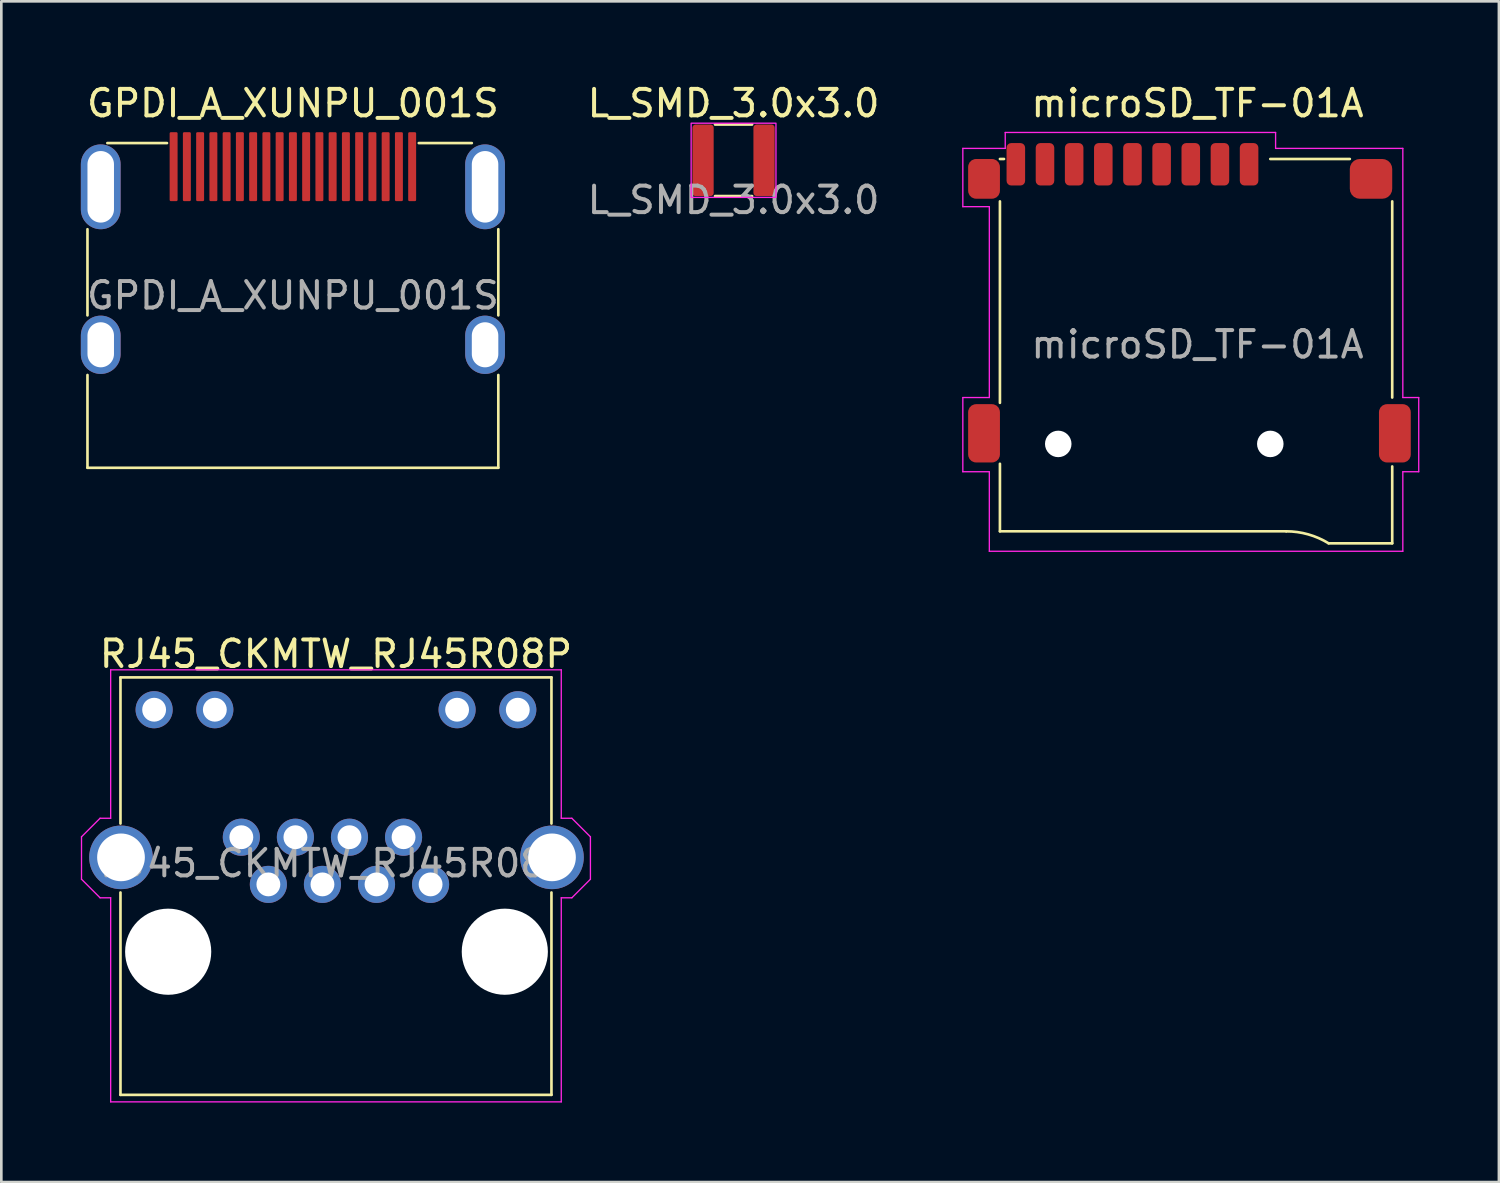
<source format=kicad_pcb>
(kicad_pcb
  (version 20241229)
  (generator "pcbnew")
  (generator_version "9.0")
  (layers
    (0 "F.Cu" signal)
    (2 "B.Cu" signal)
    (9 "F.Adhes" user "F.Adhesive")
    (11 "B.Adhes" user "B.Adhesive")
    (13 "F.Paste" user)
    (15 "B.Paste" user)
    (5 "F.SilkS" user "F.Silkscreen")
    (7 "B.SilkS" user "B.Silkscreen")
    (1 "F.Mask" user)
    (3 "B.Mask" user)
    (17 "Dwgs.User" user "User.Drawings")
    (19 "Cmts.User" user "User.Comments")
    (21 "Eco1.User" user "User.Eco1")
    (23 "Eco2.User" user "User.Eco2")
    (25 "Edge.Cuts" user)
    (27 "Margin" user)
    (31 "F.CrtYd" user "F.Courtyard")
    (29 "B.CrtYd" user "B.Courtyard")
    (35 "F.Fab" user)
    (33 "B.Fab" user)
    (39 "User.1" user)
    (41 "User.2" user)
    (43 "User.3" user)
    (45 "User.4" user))
  (footprint "GPDI_A_XUNPU_001S"
    (layer "F.Cu")
    (at 8 6.598)
    (property "Reference" "GPDI_A_XUNPU_001S" (at 0 -5.75 0) (unlocked yes) (layer "F.SilkS") (effects (font (size 1 1) (thickness 0.15))))
    (attr smd)
    (fp_line (start -7.75 -1) (end -7.75 2.25) (stroke (width 0.1) (type default)) (layer "F.SilkS"))
    (fp_line (start -7.75 8) (end -7.75 4.5) (stroke (width 0.1) (type default)) (layer "F.SilkS"))
    (fp_line (start -7 -4.25) (end -4.75 -4.25) (stroke (width 0.1) (type default)) (layer "F.SilkS"))
    (fp_line (start 6.75 -4.25) (end 4.75 -4.25) (stroke (width 0.1) (type default)) (layer "F.SilkS"))
    (fp_line (start 7.75 -1) (end 7.75 2.25) (stroke (width 0.1) (type default)) (layer "F.SilkS"))
    (fp_line (start 7.75 8) (end -7.75 8) (stroke (width 0.1) (type default)) (layer "F.SilkS"))
    (fp_line (start 7.75 8) (end 7.75 4.5) (stroke (width 0.1) (type default)) (layer "F.SilkS"))
    (fp_text user "${REFERENCE}" (at 0 1.5 0) (unlocked yes) (layer "F.Fab") (effects (font (size 1 1) (thickness 0.15))))
    (pad "1" smd roundrect (at 4.5 -3.36) (size 0.3 2.6) (layers "F.Cu" "F.Mask" "F.Paste") (roundrect_rratio 0.15))
    (pad "2" smd roundrect (at 4 -3.36) (size 0.3 2.6) (layers "F.Cu" "F.Mask" "F.Paste") (roundrect_rratio 0.15))
    (pad "3" smd roundrect (at 3.5 -3.36) (size 0.3 2.6) (layers "F.Cu" "F.Mask" "F.Paste") (roundrect_rratio 0.15))
    (pad "4" smd roundrect (at 3 -3.36) (size 0.3 2.6) (layers "F.Cu" "F.Mask" "F.Paste") (roundrect_rratio 0.15))
    (pad "5" smd roundrect (at 2.5 -3.36) (size 0.3 2.6) (layers "F.Cu" "F.Mask" "F.Paste") (roundrect_rratio 0.15))
    (pad "6" smd roundrect (at 2 -3.36) (size 0.3 2.6) (layers "F.Cu" "F.Mask" "F.Paste") (roundrect_rratio 0.15))
    (pad "7" smd roundrect (at 1.5 -3.36) (size 0.3 2.6) (layers "F.Cu" "F.Mask" "F.Paste") (roundrect_rratio 0.15))
    (pad "8" smd roundrect (at 1 -3.36) (size 0.3 2.6) (layers "F.Cu" "F.Mask" "F.Paste") (roundrect_rratio 0.15))
    (pad "9" smd roundrect (at 0.5 -3.36) (size 0.3 2.6) (layers "F.Cu" "F.Mask" "F.Paste") (roundrect_rratio 0.15))
    (pad "10" smd roundrect (at 0 -3.36) (size 0.3 2.6) (layers "F.Cu" "F.Mask" "F.Paste") (roundrect_rratio 0.15))
    (pad "11" smd roundrect (at -0.5 -3.36) (size 0.3 2.6) (layers "F.Cu" "F.Mask" "F.Paste") (roundrect_rratio 0.15))
    (pad "12" smd roundrect (at -1 -3.36) (size 0.3 2.6) (layers "F.Cu" "F.Mask" "F.Paste") (roundrect_rratio 0.15))
    (pad "13" smd roundrect (at -1.5 -3.36) (size 0.3 2.6) (layers "F.Cu" "F.Mask" "F.Paste") (roundrect_rratio 0.15))
    (pad "14" smd roundrect (at -2 -3.36) (size 0.3 2.6) (layers "F.Cu" "F.Mask" "F.Paste") (roundrect_rratio 0.15))
    (pad "15" smd roundrect (at -2.5 -3.36) (size 0.3 2.6) (layers "F.Cu" "F.Mask" "F.Paste") (roundrect_rratio 0.15))
    (pad "16" smd roundrect (at -3 -3.36) (size 0.3 2.6) (layers "F.Cu" "F.Mask" "F.Paste") (roundrect_rratio 0.15))
    (pad "17" smd roundrect (at -3.5 -3.36) (size 0.3 2.6) (layers "F.Cu" "F.Mask" "F.Paste") (roundrect_rratio 0.15))
    (pad "18" smd roundrect (at -4 -3.36) (size 0.3 2.6) (layers "F.Cu" "F.Mask" "F.Paste") (roundrect_rratio 0.15))
    (pad "19" smd roundrect (at -4.5 -3.36) (size 0.3 2.6) (layers "F.Cu" "F.Mask" "F.Paste") (roundrect_rratio 0.15))
    (pad "SH" thru_hole oval (at -7.25 -2.6) (size 1.5 3.2) (drill oval 1 2.7) (layers "*.Cu" "*.Mask"))
    (pad "SH" thru_hole oval (at -7.25 3.36) (size 1.5 2.2) (drill oval 1 1.7) (layers "*.Cu" "*.Mask"))
    (pad "SH" thru_hole oval (at 7.25 -2.6) (size 1.5 3.2) (drill oval 1 2.7) (layers "*.Cu" "*.Mask"))
    (pad "SH" thru_hole oval (at 7.25 3.36) (size 1.5 2.2) (drill oval 1 1.7) (layers "*.Cu" "*.Mask")))
  (footprint "microSD_TF-01A"
    (layer "F.Cu")
    (at 42.129 8.448)
    (property "Reference" "microSD_TF-01A" (at 0 -7.6 0) (unlocked yes) (layer "F.SilkS") (effects (font (size 1 1) (thickness 0.15))))
    (attr smd)
    (fp_line (start -7.454 -5.5) (end -7.3 -5.5) (stroke (width 0.1) (type default)) (layer "F.SilkS"))
    (fp_line (start -7.454 -3.9) (end -7.454 3.7) (stroke (width 0.1) (type default)) (layer "F.SilkS"))
    (fp_line (start -7.454 8.547) (end -7.454 6) (stroke (width 0.1) (type default)) (layer "F.SilkS"))
    (fp_line (start 3.346 8.547) (end -7.454 8.547) (stroke (width 0.1) (type default)) (layer "F.SilkS"))
    (fp_line (start 5.746 -5.5) (end 2.746 -5.5) (stroke (width 0.1) (type default)) (layer "F.SilkS"))
    (fp_line (start 7.346 -3.9) (end 7.346 3.5) (stroke (width 0.1) (type default)) (layer "F.SilkS"))
    (fp_line (start 7.346 6.1) (end 7.346 9) (stroke (width 0.1) (type default)) (layer "F.SilkS"))
    (fp_line (start 7.346 9) (end 4.946 9) (stroke (width 0.1) (type default)) (layer "F.SilkS"))
    (fp_arc (start 3.346 8.547132) (mid 4.177428 8.66253) (end 4.946 9) (stroke (width 0.1) (type default)) (layer "F.SilkS"))
    (fp_line (start -8.854 -5.9) (end -7.254 -5.9) (stroke (width 0.05) (type default)) (layer "F.CrtYd"))
    (fp_line (start -8.854 -3.7) (end -8.854 -5.9) (stroke (width 0.05) (type default)) (layer "F.CrtYd"))
    (fp_line (start -8.854 3.5) (end -7.854 3.5) (stroke (width 0.05) (type default)) (layer "F.CrtYd"))
    (fp_line (start -8.854 6.3) (end -8.854 3.5) (stroke (width 0.05) (type default)) (layer "F.CrtYd"))
    (fp_line (start -7.854 -3.7) (end -8.854 -3.7) (stroke (width 0.05) (type default)) (layer "F.CrtYd"))
    (fp_line (start -7.854 3.5) (end -7.854 -3.7) (stroke (width 0.05) (type default)) (layer "F.CrtYd"))
    (fp_line (start -7.854 6.3) (end -8.854 6.3) (stroke (width 0.05) (type default)) (layer "F.CrtYd"))
    (fp_line (start -7.854 9.3) (end -7.854 6.3) (stroke (width 0.05) (type default)) (layer "F.CrtYd"))
    (fp_line (start -7.254 -6.5) (end 2.946 -6.5) (stroke (width 0.05) (type default)) (layer "F.CrtYd"))
    (fp_line (start -7.254 -5.9) (end -7.254 -6.5) (stroke (width 0.05) (type default)) (layer "F.CrtYd"))
    (fp_line (start 2.946 -6.5) (end 2.946 -5.9) (stroke (width 0.05) (type default)) (layer "F.CrtYd"))
    (fp_line (start 2.946 -5.9) (end 7.746 -5.9) (stroke (width 0.05) (type default)) (layer "F.CrtYd"))
    (fp_line (start 7.746 -5.9) (end 7.746 3.5) (stroke (width 0.05) (type default)) (layer "F.CrtYd"))
    (fp_line (start 7.746 3.5) (end 8.346 3.5) (stroke (width 0.05) (type default)) (layer "F.CrtYd"))
    (fp_line (start 7.746 6.3) (end 7.746 9.3) (stroke (width 0.05) (type default)) (layer "F.CrtYd"))
    (fp_line (start 7.746 9.3) (end -7.854 9.3) (stroke (width 0.05) (type default)) (layer "F.CrtYd"))
    (fp_line (start 8.346 3.5) (end 8.346 6.3) (stroke (width 0.05) (type default)) (layer "F.CrtYd"))
    (fp_line (start 8.346 6.3) (end 7.746 6.3) (stroke (width 0.05) (type default)) (layer "F.CrtYd"))
    (fp_text user "${REFERENCE}" (at 0 1.5 0) (unlocked yes) (layer "F.Fab") (effects (font (size 1 1) (thickness 0.15))))
    (pad "" np_thru_hole circle (at -5.254 5.25) (size 1 1) (drill 1) (layers "*.Cu" "*.Mask"))
    (pad "" np_thru_hole circle (at 2.746 5.25) (size 1 1) (drill 1) (layers "*.Cu" "*.Mask"))
    (pad "1" smd roundrect (at 1.946 -5.3) (size 0.7 1.6) (layers "F.Cu" "F.Mask" "F.Paste") (roundrect_rratio 0.25))
    (pad "2" smd roundrect (at 0.846 -5.3) (size 0.7 1.6) (layers "F.Cu" "F.Mask" "F.Paste") (roundrect_rratio 0.25))
    (pad "3" smd roundrect (at -0.254 -5.3) (size 0.7 1.6) (layers "F.Cu" "F.Mask" "F.Paste") (roundrect_rratio 0.25))
    (pad "4" smd roundrect (at -1.354 -5.3) (size 0.7 1.6) (layers "F.Cu" "F.Mask" "F.Paste") (roundrect_rratio 0.25))
    (pad "5" smd roundrect (at -2.454 -5.3) (size 0.7 1.6) (layers "F.Cu" "F.Mask" "F.Paste") (roundrect_rratio 0.25))
    (pad "6" smd roundrect (at -3.554 -5.3) (size 0.7 1.6) (layers "F.Cu" "F.Mask" "F.Paste") (roundrect_rratio 0.25))
    (pad "7" smd roundrect (at -4.654 -5.3) (size 0.7 1.6) (layers "F.Cu" "F.Mask" "F.Paste") (roundrect_rratio 0.25))
    (pad "8" smd roundrect (at -5.754 -5.3) (size 0.7 1.6) (layers "F.Cu" "F.Mask" "F.Paste") (roundrect_rratio 0.25))
    (pad "9" smd roundrect (at -6.854 -5.3) (size 0.7 1.6) (layers "F.Cu" "F.Mask" "F.Paste") (roundrect_rratio 0.25))
    (pad "10" smd roundrect (at -8.054 -4.75) (size 1.2 1.5) (layers "F.Cu" "F.Mask" "F.Paste") (roundrect_rratio 0.25))
    (pad "10" smd roundrect (at -8.054 4.85) (size 1.2 2.2) (layers "F.Cu" "F.Mask" "F.Paste") (roundrect_rratio 0.25))
    (pad "10" smd roundrect (at 6.546 -4.75) (size 1.6 1.5) (layers "F.Cu" "F.Mask" "F.Paste") (roundrect_rratio 0.25))
    (pad "10" smd roundrect (at 7.446 4.85) (size 1.2 2.2) (layers "F.Cu" "F.Mask" "F.Paste") (roundrect_rratio 0.25)))
  (footprint "RJ45_CKMTW_RJ45R08P"
    (layer "F.Cu")
    (at 9.625 27.021)
    (property "Reference" "RJ45_CKMTW_RJ45R08P" (at 0 -5.4 0) (unlocked yes) (layer "F.SilkS") (effects (font (size 1 1) (thickness 0.15))))
    (attr through_hole)
    (fp_line (start -8.13 1) (end -8.13 -4.515) (stroke (width 0.1) (type default)) (layer "F.SilkS"))
    (fp_line (start -8.13 11.235) (end -8.13 3.6) (stroke (width 0.1) (type default)) (layer "F.SilkS"))
    (fp_line (start 8.13 -4.515) (end -8.13 -4.515) (stroke (width 0.1) (type solid)) (layer "F.SilkS"))
    (fp_line (start 8.13 1) (end 8.13 -4.515) (stroke (width 0.1) (type default)) (layer "F.SilkS"))
    (fp_line (start 8.13 11.235) (end -8.13 11.235) (stroke (width 0.1) (type solid)) (layer "F.SilkS"))
    (fp_line (start 8.13 11.235) (end 8.13 3.6) (stroke (width 0.1) (type default)) (layer "F.SilkS"))
    (fp_line (start -9.6 3.1) (end -9.6 1.5) (stroke (width 0.05) (type default)) (layer "F.CrtYd"))
    (fp_line (start -8.9 0.8) (end -9.6 1.5) (stroke (width 0.05) (type default)) (layer "F.CrtYd"))
    (fp_line (start -8.9 3.8) (end -9.6 3.1) (stroke (width 0.05) (type default)) (layer "F.CrtYd"))
    (fp_line (start -8.5 -4.8) (end -8.5 0.8) (stroke (width 0.05) (type default)) (layer "F.CrtYd"))
    (fp_line (start -8.5 -4.8) (end 8.5 -4.8) (stroke (width 0.05) (type default)) (layer "F.CrtYd"))
    (fp_line (start -8.5 0.8) (end -8.9 0.8) (stroke (width 0.05) (type default)) (layer "F.CrtYd"))
    (fp_line (start -8.5 3.8) (end -8.9 3.8) (stroke (width 0.05) (type default)) (layer "F.CrtYd"))
    (fp_line (start -8.5 3.8) (end -8.5 11.5) (stroke (width 0.05) (type default)) (layer "F.CrtYd"))
    (fp_line (start 8.5 -4.8) (end 8.5 0.8) (stroke (width 0.05) (type default)) (layer "F.CrtYd"))
    (fp_line (start 8.5 0.8) (end 8.9 0.8) (stroke (width 0.05) (type default)) (layer "F.CrtYd"))
    (fp_line (start 8.5 3.8) (end 8.5 11.5) (stroke (width 0.05) (type default)) (layer "F.CrtYd"))
    (fp_line (start 8.5 3.8) (end 8.9 3.8) (stroke (width 0.05) (type default)) (layer "F.CrtYd"))
    (fp_line (start 8.5 11.5) (end -8.5 11.5) (stroke (width 0.05) (type default)) (layer "F.CrtYd"))
    (fp_line (start 8.9 0.8) (end 9.6 1.5) (stroke (width 0.05) (type default)) (layer "F.CrtYd"))
    (fp_line (start 8.9 3.8) (end 9.6 3.1) (stroke (width 0.05) (type default)) (layer "F.CrtYd"))
    (fp_line (start 9.6 3.1) (end 9.6 1.5) (stroke (width 0.05) (type default)) (layer "F.CrtYd"))
    (fp_text user "${REFERENCE}" (at 0 2.5 0) (unlocked yes) (layer "F.Fab") (effects (font (size 1 1) (thickness 0.15))))
    (pad "" np_thru_hole circle (at -6.33 5.835) (size 3.25 3.25) (drill 3.25) (layers "*.Cu" "*.Mask"))
    (pad "" np_thru_hole circle (at 6.37 5.835) (size 3.25 3.25) (drill 3.25) (layers "*.Cu" "*.Mask"))
    (pad "1" thru_hole circle (at 3.57 3.295) (size 1.4 1.4) (drill 0.9) (layers "*.Cu" "*.Mask"))
    (pad "2" thru_hole circle (at 2.55 1.515) (size 1.4 1.4) (drill 0.9) (layers "*.Cu" "*.Mask"))
    (pad "3" thru_hole circle (at 1.53 3.295) (size 1.4 1.4) (drill 0.9) (layers "*.Cu" "*.Mask"))
    (pad "4" thru_hole circle (at 0.51 1.515) (size 1.4 1.4) (drill 0.9) (layers "*.Cu" "*.Mask"))
    (pad "5" thru_hole circle (at -0.51 3.295) (size 1.4 1.4) (drill 0.9) (layers "*.Cu" "*.Mask"))
    (pad "6" thru_hole circle (at -1.53 1.515) (size 1.4 1.4) (drill 0.9) (layers "*.Cu" "*.Mask"))
    (pad "7" thru_hole circle (at -2.55 3.295) (size 1.4 1.4) (drill 0.9) (layers "*.Cu" "*.Mask"))
    (pad "8" thru_hole circle (at -3.57 1.515) (size 1.4 1.4) (drill 0.9) (layers "*.Cu" "*.Mask"))
    (pad "9" thru_hole circle (at -4.57 -3.295) (size 1.4 1.4) (drill 0.9) (layers "*.Cu" "*.Mask"))
    (pad "10" thru_hole circle (at -6.86 -3.295) (size 1.4 1.4) (drill 0.9) (layers "*.Cu" "*.Mask"))
    (pad "11" thru_hole circle (at 6.86 -3.295) (size 1.4 1.4) (drill 0.9) (layers "*.Cu" "*.Mask"))
    (pad "12" thru_hole circle (at 4.57 -3.295) (size 1.4 1.4) (drill 0.9) (layers "*.Cu" "*.Mask"))
    (pad "SH" thru_hole circle (at -8.11 2.275) (size 2.4 2.4) (drill 1.8) (layers "*.Cu" "*.Mask"))
    (pad "SH" thru_hole circle (at 8.15 2.275) (size 2.4 2.4) (drill 1.8) (layers "*.Cu" "*.Mask")))
  (footprint "L_SMD_3.0x3.0"
    (layer "F.Cu")
    (at 24.625 2.998)
    (property "Reference" "L_SMD_3.0x3.0" (at 0 -2.15 0) (unlocked yes) (layer "F.SilkS") (effects (font (size 1 1) (thickness 0.15))))
    (attr smd)
    (fp_line (start -0.7 -1.35) (end 0.7 -1.35) (stroke (width 0.1) (type default)) (layer "F.SilkS"))
    (fp_line (start -0.7 1.35) (end 0.7 1.35) (stroke (width 0.1) (type default)) (layer "F.SilkS"))
    (fp_rect (start -1.6 -1.4) (end 1.6 1.4) (stroke (width 0.05) (type default)) (fill no) (layer "F.CrtYd"))
    (fp_text user "${REFERENCE}" (at 0 1.5 0) (unlocked yes) (layer "F.Fab") (effects (font (size 1 1) (thickness 0.15))))
    (pad "1" smd roundrect (at -1.15 0) (size 0.8 2.7) (layers "F.Cu" "F.Mask" "F.Paste") (roundrect_rratio 0.15))
    (pad "2" smd roundrect (at 1.15 0) (size 0.8 2.7) (layers "F.Cu" "F.Mask" "F.Paste") (roundrect_rratio 0.15)))
  (gr_rect
    (start -3 -3)
    (end 53.5 41.547)
    (stroke (width 0.1) (type default))
    (fill no)
    (layer "Edge.Cuts")))
</source>
